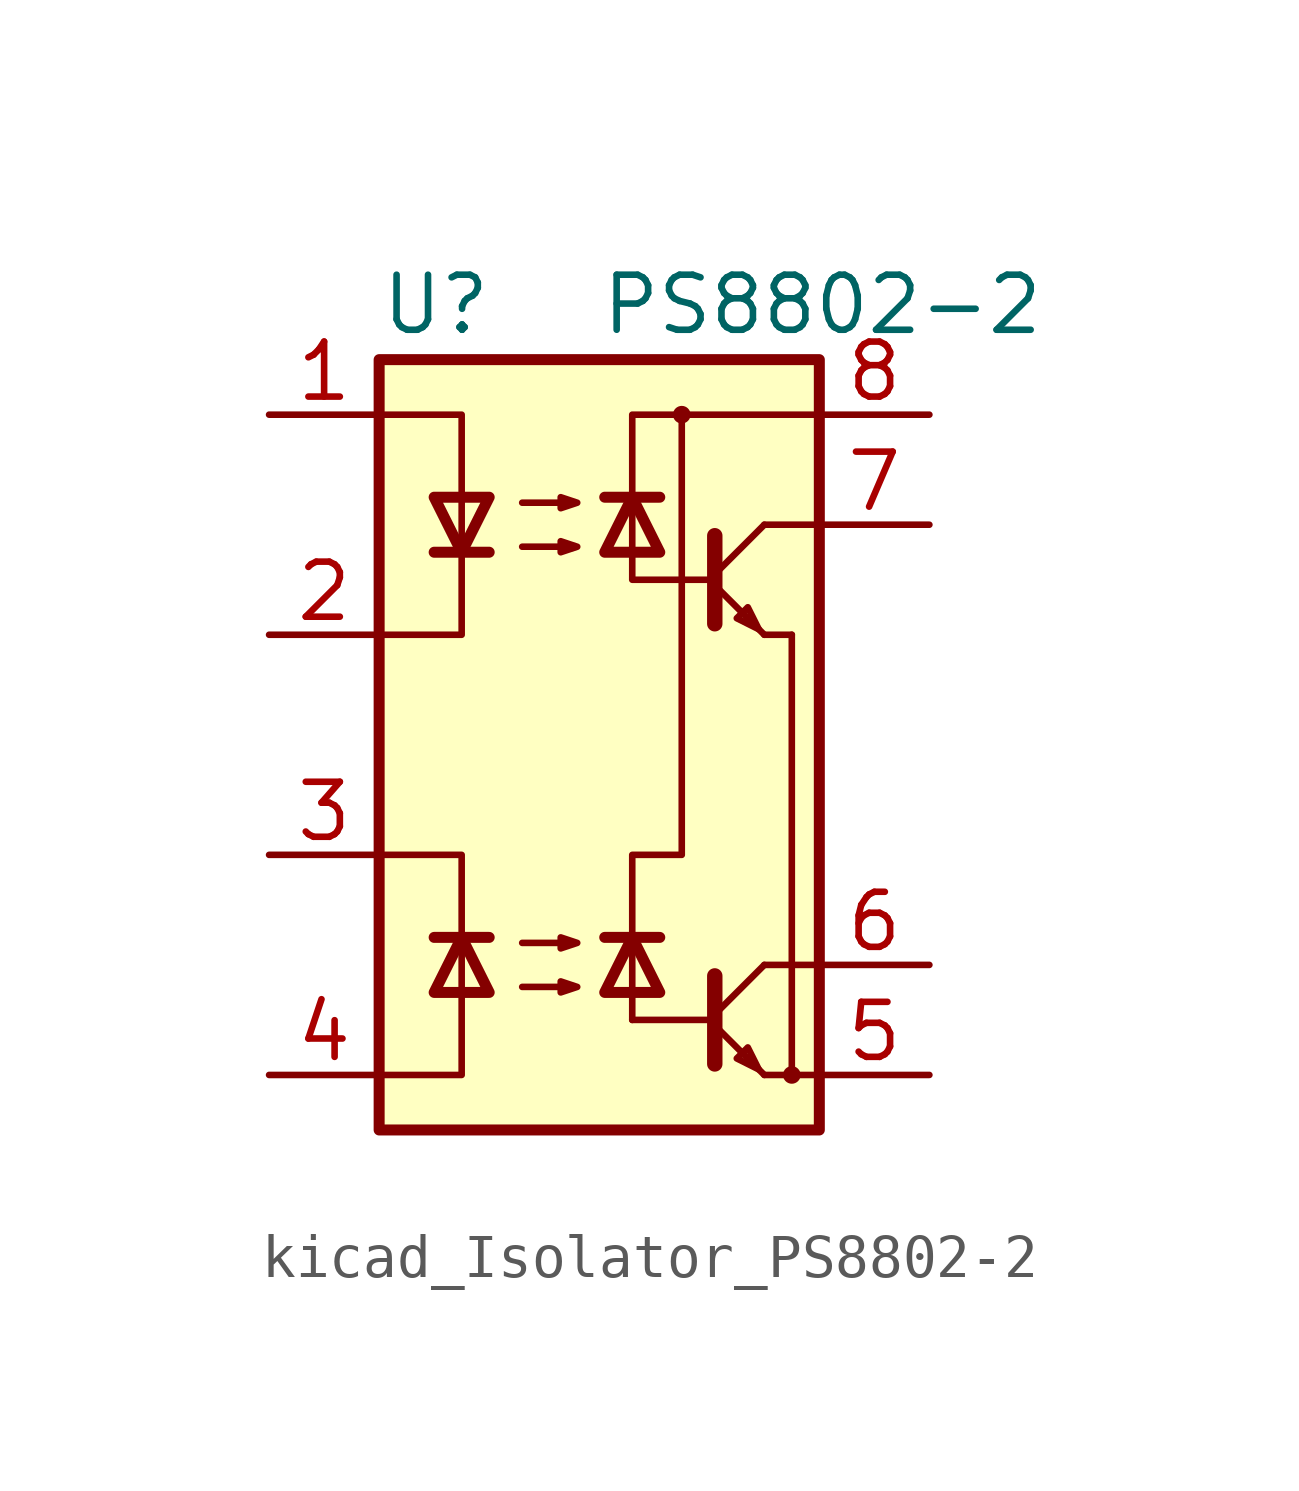
<source format=kicad_sym>
(kicad_symbol_lib
  (version 20220914)
  (generator kicad_symbol_editor)
  (symbol "kicad_Isolator_PS8802-2"
    (pin_names hide)
    (property "Reference" "U"
      (at -5.08 10.16 0)
      (effects (font (size 1.27 1.27)) (justify left)))
    (property "Value" "PS8802-2"
      (at 0 10.16 0)
      (effects (font (size 1.27 1.27)) (justify left)))
    (symbol "kicad_Isolator_PS8802-2_0_1"
      (rectangle (start -5.08 8.89) (end 5.08 -8.89) (stroke (width 0.254) (type default)) (fill (type background)))
      (polyline (pts (xy -3.81 -4.445) (xy -2.54 -4.445)) (stroke (width 0.254) (type default)) (fill (type none)))
      (polyline (pts (xy -3.81 4.445) (xy -2.54 4.445)) (stroke (width 0.254) (type default)) (fill (type none)))
      (polyline (pts (xy 0.762 -6.35) (xy 0.762 -5.715)) (stroke (width 0) (type default)) (fill (type none)))
      (polyline (pts (xy 1.397 -4.445) (xy 0.127 -4.445)) (stroke (width 0.254) (type default)) (fill (type none)))
      (polyline (pts (xy 1.397 5.715) (xy 0.127 5.715)) (stroke (width 0.254) (type default)) (fill (type none)))
      (polyline (pts (xy 2.667 -6.477) (xy 3.81 -7.62)) (stroke (width 0) (type default)) (fill (type none)))
      (polyline (pts (xy 2.667 -6.223) (xy 3.81 -5.08)) (stroke (width 0) (type default)) (fill (type none)))
      (polyline (pts (xy 2.667 3.683) (xy 3.81 2.54)) (stroke (width 0) (type default)) (fill (type none)))
      (polyline (pts (xy 2.667 3.937) (xy 3.81 5.08)) (stroke (width 0) (type default)) (fill (type none)))
      (polyline (pts (xy 3.81 -7.62) (xy 5.08 -7.62)) (stroke (width 0) (type default)) (fill (type none)))
      (polyline (pts (xy 3.81 -5.08) (xy 5.08 -5.08)) (stroke (width 0) (type default)) (fill (type none)))
      (polyline (pts (xy 3.81 2.54) (xy 4.445 2.54)) (stroke (width 0) (type default)) (fill (type none)))
      (polyline (pts (xy 3.81 5.08) (xy 5.08 5.08)) (stroke (width 0) (type default)) (fill (type none)))
      (polyline (pts (xy 4.445 2.54) (xy 4.445 -7.62)) (stroke (width 0) (type default)) (fill (type none)))
      (polyline (pts (xy 0.762 -6.35) (xy 1.905 -6.35) (xy 2.54 -6.35)) (stroke (width 0) (type default)) (fill (type none)))
      (polyline (pts (xy 0.762 4.445) (xy 0.762 7.62) (xy 5.08 7.62)) (stroke (width 0) (type default)) (fill (type none)))
      (polyline (pts (xy 2.667 -5.334) (xy 2.667 -7.366) (xy 2.667 -7.366)) (stroke (width 0.356) (type default)) (fill (type none)))
      (polyline (pts (xy 2.667 4.826) (xy 2.667 2.794) (xy 2.667 2.794)) (stroke (width 0.356) (type default)) (fill (type none)))
      (polyline (pts (xy -5.08 -2.54) (xy -3.175 -2.54) (xy -3.175 -7.62) (xy -5.08 -7.62)) (stroke (width 0) (type default)) (fill (type none)))
      (polyline (pts (xy -5.08 2.54) (xy -3.175 2.54) (xy -3.175 7.62) (xy -5.08 7.62)) (stroke (width 0) (type default)) (fill (type none)))
      (polyline (pts (xy -3.175 -4.445) (xy -3.81 -5.715) (xy -2.54 -5.715) (xy -3.175 -4.445)) (stroke (width 0.254) (type default)) (fill (type none)))
      (polyline (pts (xy -3.175 4.445) (xy -3.81 5.715) (xy -2.54 5.715) (xy -3.175 4.445)) (stroke (width 0.254) (type default)) (fill (type none)))
      (polyline (pts (xy 0.762 -5.715) (xy 0.762 -2.54) (xy 1.905 -2.54) (xy 1.905 7.62)) (stroke (width 0) (type default)) (fill (type none)))
      (polyline (pts (xy 0.762 -4.445) (xy 1.397 -5.715) (xy 0.127 -5.715) (xy 0.762 -4.445)) (stroke (width 0.254) (type default)) (fill (type none)))
      (polyline (pts (xy 0.762 4.445) (xy 0.762 3.81) (xy 1.905 3.81) (xy 2.54 3.81)) (stroke (width 0) (type default)) (fill (type none)))
      (polyline (pts (xy 0.762 5.715) (xy 1.397 4.445) (xy 0.127 4.445) (xy 0.762 5.715)) (stroke (width 0.254) (type default)) (fill (type none)))
      (polyline (pts (xy 3.683 -7.493) (xy 3.429 -6.985) (xy 3.175 -7.239) (xy 3.683 -7.493)) (stroke (width 0) (type default)) (fill (type none)))
      (polyline (pts (xy 3.683 2.667) (xy 3.429 3.175) (xy 3.175 2.921) (xy 3.683 2.667)) (stroke (width 0) (type default)) (fill (type none)))
      (polyline (pts (xy -1.778 -5.588) (xy -0.508 -5.588) (xy -0.889 -5.715) (xy -0.889 -5.461) (xy -0.508 -5.588)) (stroke (width 0) (type default)) (fill (type none)))
      (polyline (pts (xy -1.778 -4.572) (xy -0.508 -4.572) (xy -0.889 -4.699) (xy -0.889 -4.445) (xy -0.508 -4.572)) (stroke (width 0) (type default)) (fill (type none)))
      (polyline (pts (xy -1.778 4.572) (xy -0.508 4.572) (xy -0.889 4.445) (xy -0.889 4.699) (xy -0.508 4.572)) (stroke (width 0) (type default)) (fill (type none)))
      (polyline (pts (xy -1.778 5.588) (xy -0.508 5.588) (xy -0.889 5.461) (xy -0.889 5.715) (xy -0.508 5.588)) (stroke (width 0) (type default)) (fill (type none)))
      (circle (center 1.905 7.62) (radius 0.127) (stroke (width 0) (type default)) (fill (type none)))
      (circle (center 4.445 -7.62) (radius 0.127) (stroke (width 0) (type default)) (fill (type none))))
    (symbol "kicad_Isolator_PS8802-2_1_1"
      (pin passive line (at -7.62 7.62 0) (length 2.54) (name "A1" (effects (font (size 1.27 1.27)))) (number "1" (effects (font (size 1.27 1.27)))))
      (pin passive line (at -7.62 2.54 0) (length 2.54) (name "C1" (effects (font (size 1.27 1.27)))) (number "2" (effects (font (size 1.27 1.27)))))
      (pin passive line (at -7.62 -2.54 0) (length 2.54) (name "C2" (effects (font (size 1.27 1.27)))) (number "3" (effects (font (size 1.27 1.27)))))
      (pin passive line (at -7.62 -7.62 0) (length 2.54) (name "A2" (effects (font (size 1.27 1.27)))) (number "4" (effects (font (size 1.27 1.27)))))
      (pin passive line (at 7.62 -7.62 180) (length 2.54) (name "GND" (effects (font (size 1.27 1.27)))) (number "5" (effects (font (size 1.27 1.27)))))
      (pin passive line (at 7.62 -5.08 180) (length 2.54) (name "VO2" (effects (font (size 1.27 1.27)))) (number "6" (effects (font (size 1.27 1.27)))))
      (pin passive line (at 7.62 5.08 180) (length 2.54) (name "VO1" (effects (font (size 1.27 1.27)))) (number "7" (effects (font (size 1.27 1.27)))))
      (pin passive line (at 7.62 7.62 180) (length 2.54) (name "VCC" (effects (font (size 1.27 1.27)))) (number "8" (effects (font (size 1.27 1.27))))))))
</source>
